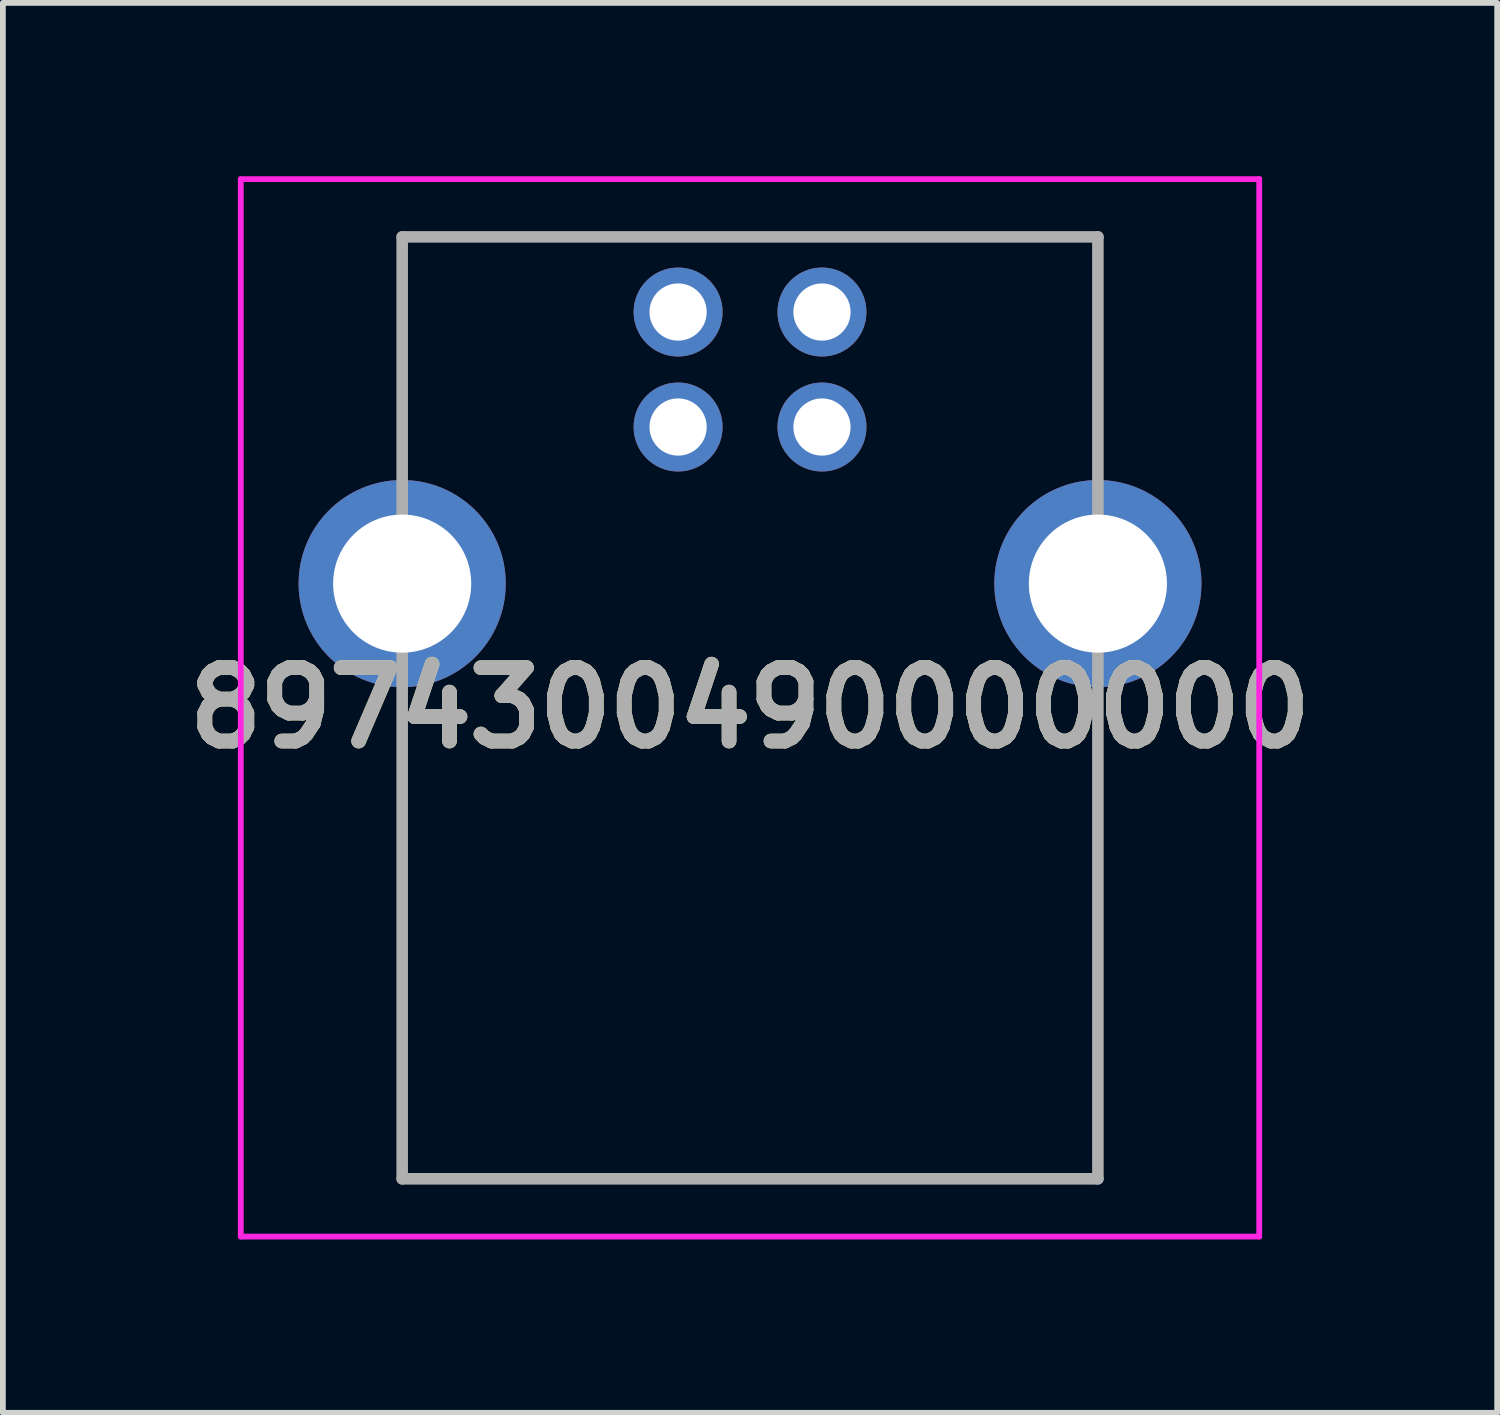
<source format=kicad_pcb>
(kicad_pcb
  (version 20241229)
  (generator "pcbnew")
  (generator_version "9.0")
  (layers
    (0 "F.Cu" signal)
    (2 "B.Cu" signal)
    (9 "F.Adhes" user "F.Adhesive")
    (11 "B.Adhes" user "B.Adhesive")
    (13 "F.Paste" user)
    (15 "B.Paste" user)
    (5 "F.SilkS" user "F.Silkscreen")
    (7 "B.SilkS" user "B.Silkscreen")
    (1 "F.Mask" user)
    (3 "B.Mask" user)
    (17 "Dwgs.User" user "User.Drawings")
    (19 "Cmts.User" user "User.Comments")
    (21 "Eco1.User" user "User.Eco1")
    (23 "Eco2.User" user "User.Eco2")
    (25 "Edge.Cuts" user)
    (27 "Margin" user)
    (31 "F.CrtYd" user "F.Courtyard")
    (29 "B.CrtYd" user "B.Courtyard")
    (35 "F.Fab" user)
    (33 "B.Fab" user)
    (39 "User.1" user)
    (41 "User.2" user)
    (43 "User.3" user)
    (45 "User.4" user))
  (footprint "8974300490000000"
    (layer "F.Cu")
    (at 11.17 2.35)
    (property "Reference" "8974300490000000" (at -1.24 6.85 0) (layer "F.SilkS") (effects (font (size 1.27 1.27) (thickness 0.254))))
    (attr through_hole)
    (fp_line (start -7.26 -1.3) (end 4.78 -1.3) (stroke (width 0.1) (type solid)) (layer "F.SilkS"))
    (fp_line (start -7.26 2) (end -7.26 -1.3) (stroke (width 0.1) (type solid)) (layer "F.SilkS"))
    (fp_line (start -7.26 7) (end -7.26 15) (stroke (width 0.1) (type solid)) (layer "F.SilkS"))
    (fp_line (start -7.26 15) (end 4.78 15) (stroke (width 0.1) (type solid)) (layer "F.SilkS"))
    (fp_line (start 4.78 -1.3) (end 4.78 2.5) (stroke (width 0.1) (type solid)) (layer "F.SilkS"))
    (fp_line (start 4.78 15) (end 4.78 7) (stroke (width 0.1) (type solid)) (layer "F.SilkS"))
    (fp_line (start -10.053 -2.3) (end 7.572 -2.3) (stroke (width 0.1) (type solid)) (layer "F.CrtYd"))
    (fp_line (start -10.053 16) (end -10.053 -2.3) (stroke (width 0.1) (type solid)) (layer "F.CrtYd"))
    (fp_line (start 7.572 -2.3) (end 7.572 16) (stroke (width 0.1) (type solid)) (layer "F.CrtYd"))
    (fp_line (start 7.572 16) (end -10.053 16) (stroke (width 0.1) (type solid)) (layer "F.CrtYd"))
    (fp_line (start -7.26 -1.3) (end 4.78 -1.3) (stroke (width 0.2) (type solid)) (layer "F.Fab"))
    (fp_line (start -7.26 15) (end -7.26 -1.3) (stroke (width 0.2) (type solid)) (layer "F.Fab"))
    (fp_line (start 4.78 -1.3) (end 4.78 15) (stroke (width 0.2) (type solid)) (layer "F.Fab"))
    (fp_line (start 4.78 15) (end -7.26 15) (stroke (width 0.2) (type solid)) (layer "F.Fab"))
    (fp_text user "${REFERENCE}" (at -1.24 6.85 0) (layer "F.Fab") (effects (font (size 1.27 1.27) (thickness 0.254))))
    (pad "1" thru_hole circle (at 0.005 0) (size 1.54 1.54) (drill 0.99) (layers "*.Cu" "*.Mask"))
    (pad "2" thru_hole circle (at -2.485 0) (size 1.54 1.54) (drill 0.99) (layers "*.Cu" "*.Mask"))
    (pad "3" thru_hole circle (at -2.485 1.99) (size 1.54 1.54) (drill 0.99) (layers "*.Cu" "*.Mask"))
    (pad "4" thru_hole circle (at 0.005 1.99) (size 1.54 1.54) (drill 0.99) (layers "*.Cu" "*.Mask"))
    (pad "MH1" thru_hole circle (at -7.26 4.7) (size 3.585 3.585) (drill 2.39) (layers "*.Cu" "*.Mask"))
    (pad "MH2" thru_hole circle (at 4.78 4.7) (size 3.585 3.585) (drill 2.39) (layers "*.Cu" "*.Mask")))
  (gr_rect
    (start -3 -3)
    (end 22.86 21.4)
    (stroke (width 0.1) (type default))
    (fill no)
    (layer "Edge.Cuts")))
</source>
